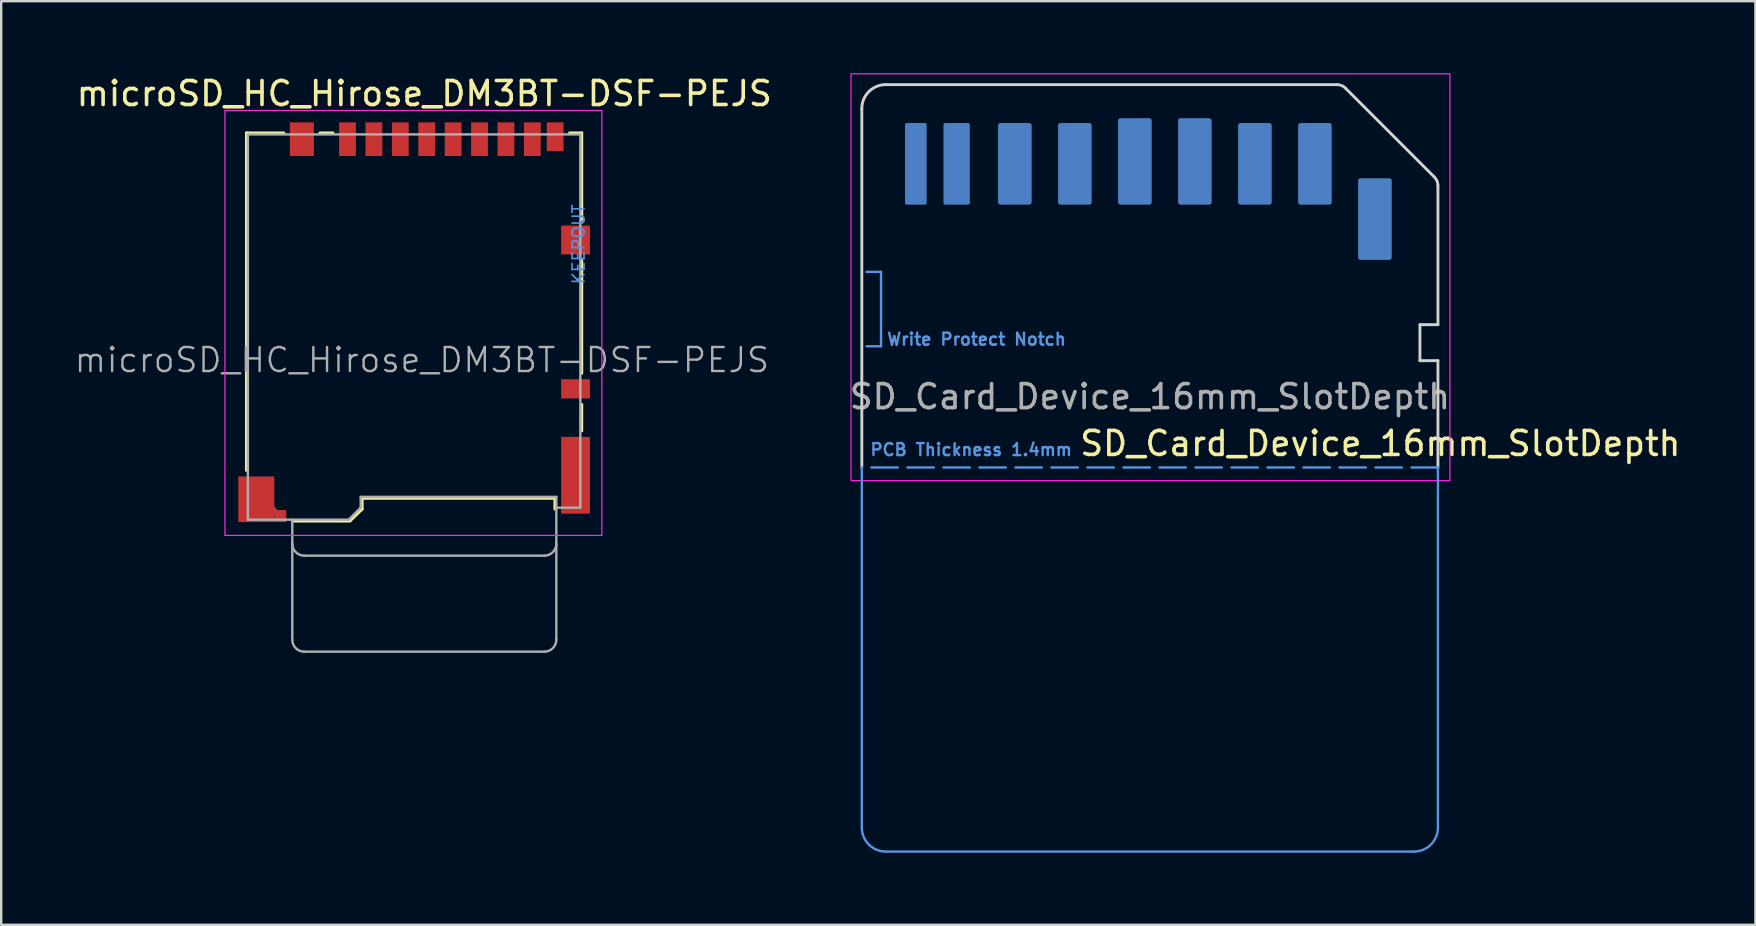
<source format=kicad_pcb>
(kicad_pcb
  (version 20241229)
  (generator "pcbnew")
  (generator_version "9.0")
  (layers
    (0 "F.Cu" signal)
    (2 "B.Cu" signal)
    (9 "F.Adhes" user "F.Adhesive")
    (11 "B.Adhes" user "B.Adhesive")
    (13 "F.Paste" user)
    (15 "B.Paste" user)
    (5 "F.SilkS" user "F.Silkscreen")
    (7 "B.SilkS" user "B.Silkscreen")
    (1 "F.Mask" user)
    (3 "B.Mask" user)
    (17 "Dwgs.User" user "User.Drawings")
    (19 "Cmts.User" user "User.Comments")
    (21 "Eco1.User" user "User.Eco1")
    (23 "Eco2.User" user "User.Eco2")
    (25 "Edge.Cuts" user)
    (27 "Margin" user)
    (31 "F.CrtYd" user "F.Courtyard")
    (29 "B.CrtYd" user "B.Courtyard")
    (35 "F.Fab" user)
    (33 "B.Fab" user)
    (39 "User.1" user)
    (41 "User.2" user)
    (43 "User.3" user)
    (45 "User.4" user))
  (footprint "microSD_HC_Hirose_DM3BT-DSF-PEJS"
    (layer "F.Cu")
    (at 14.201 10.373)
    (property "Reference" "microSD_HC_Hirose_DM3BT-DSF-PEJS" (at 0.425 -9.525 0) (layer "F.SilkS") (effects (font (size 1 1) (thickness 0.15))))
    (attr smd)
    (fp_line (start -6.985 -7.885) (end -6.985 6.175) (stroke (width 0.12) (type solid)) (layer "F.SilkS"))
    (fp_line (start -6.985 -7.885) (end -5.425 -7.885) (stroke (width 0.12) (type solid)) (layer "F.SilkS"))
    (fp_line (start -5.075 8.285) (end -2.675 8.285) (stroke (width 0.12) (type solid)) (layer "F.SilkS"))
    (fp_line (start -3.375 -7.885) (end -3.925 -7.885) (stroke (width 0.12) (type solid)) (layer "F.SilkS"))
    (fp_line (start -2.665 8.275) (end -2.165 7.785) (stroke (width 0.12) (type solid)) (layer "F.SilkS"))
    (fp_line (start -2.165 7.335) (end -2.165 7.785) (stroke (width 0.12) (type solid)) (layer "F.SilkS"))
    (fp_line (start 5.865 7.335) (end -2.165 7.335) (stroke (width 0.12) (type solid)) (layer "F.SilkS"))
    (fp_line (start 5.865 7.335) (end 5.865 7.785) (stroke (width 0.12) (type solid)) (layer "F.SilkS"))
    (fp_line (start 6.475 -7.885) (end 6.985 -7.885) (stroke (width 0.12) (type solid)) (layer "F.SilkS"))
    (fp_line (start 6.985 -7.885) (end 6.985 -4.275) (stroke (width 0.12) (type solid)) (layer "F.SilkS"))
    (fp_line (start 6.985 -2.575) (end 6.985 2.125) (stroke (width 0.12) (type solid)) (layer "F.SilkS"))
    (fp_line (start 6.985 3.425) (end 6.985 4.525) (stroke (width 0.12) (type solid)) (layer "F.SilkS"))
    (fp_line (start -7.88 -8.82) (end 7.82 -8.82) (stroke (width 0.05) (type solid)) (layer "F.CrtYd"))
    (fp_line (start -7.88 8.88) (end -7.88 -8.82) (stroke (width 0.05) (type solid)) (layer "F.CrtYd"))
    (fp_line (start 7.82 -8.82) (end 7.82 8.88) (stroke (width 0.05) (type solid)) (layer "F.CrtYd"))
    (fp_line (start 7.82 8.88) (end -7.88 8.88) (stroke (width 0.05) (type solid)) (layer "F.CrtYd"))
    (fp_line (start -6.925 -7.825) (end 6.925 -7.825) (stroke (width 0.1) (type solid)) (layer "F.Fab"))
    (fp_line (start -6.925 8.225) (end -6.925 -7.825) (stroke (width 0.1) (type solid)) (layer "F.Fab"))
    (fp_line (start -6.925 8.225) (end -2.725 8.225) (stroke (width 0.1) (type solid)) (layer "F.Fab"))
    (fp_line (start -5.075 8.225) (end -5.075 13.225) (stroke (width 0.1) (type solid)) (layer "F.Fab"))
    (fp_line (start -4.575 9.725) (end 5.425 9.725) (stroke (width 0.1) (type solid)) (layer "F.Fab"))
    (fp_line (start -4.575 13.725) (end 5.425 13.725) (stroke (width 0.1) (type solid)) (layer "F.Fab"))
    (fp_line (start -2.225 7.275) (end -2.225 7.725) (stroke (width 0.1) (type solid)) (layer "F.Fab"))
    (fp_line (start -2.225 7.275) (end 5.925 7.275) (stroke (width 0.1) (type solid)) (layer "F.Fab"))
    (fp_line (start -2.225 7.725) (end -2.725 8.225) (stroke (width 0.1) (type solid)) (layer "F.Fab"))
    (fp_line (start 5.925 13.225) (end 5.925 7.275) (stroke (width 0.1) (type solid)) (layer "F.Fab"))
    (fp_line (start 6.925 7.725) (end 5.925 7.725) (stroke (width 0.1) (type solid)) (layer "F.Fab"))
    (fp_line (start 6.925 7.725) (end 6.925 -7.825) (stroke (width 0.1) (type solid)) (layer "F.Fab"))
    (fp_arc (start -4.575 9.725) (mid -4.928553 9.578553) (end -5.075 9.225) (stroke (width 0.1) (type solid)) (layer "F.Fab"))
    (fp_arc (start -4.575 13.725) (mid -4.928553 13.578553) (end -5.075 13.225) (stroke (width 0.1) (type solid)) (layer "F.Fab"))
    (fp_arc (start 5.925 9.225) (mid 5.778553 9.578553) (end 5.425 9.725) (stroke (width 0.1) (type solid)) (layer "F.Fab"))
    (fp_arc (start 5.925 13.225) (mid 5.778553 13.578553) (end 5.425 13.725) (stroke (width 0.1) (type solid)) (layer "F.Fab"))
    (fp_text user "KEEPOUT" (at 6.85 -3.25 90) (layer "Cmts.User") (effects (font (size 0.5 0.5) (thickness 0.07))))
    (fp_text user "${REFERENCE}" (at 0.325 1.575 0) (layer "F.Fab") (effects (font (size 1 1) (thickness 0.1))))
    (pad "1" smd rect (at -2.775 -7.625) (size 0.7 1.4) (layers "F.Cu" "F.Mask" "F.Paste"))
    (pad "2" smd rect (at -1.675 -7.625) (size 0.7 1.4) (layers "F.Cu" "F.Mask" "F.Paste"))
    (pad "3" smd rect (at -0.575 -7.625) (size 0.7 1.4) (layers "F.Cu" "F.Mask" "F.Paste"))
    (pad "4" smd rect (at 0.525 -7.625) (size 0.7 1.4) (layers "F.Cu" "F.Mask" "F.Paste"))
    (pad "5" smd rect (at 1.625 -7.625) (size 0.7 1.4) (layers "F.Cu" "F.Mask" "F.Paste"))
    (pad "6" smd rect (at 2.725 -7.625) (size 0.7 1.4) (layers "F.Cu" "F.Mask" "F.Paste"))
    (pad "7" smd rect (at 3.825 -7.625) (size 0.7 1.4) (layers "F.Cu" "F.Mask" "F.Paste"))
    (pad "8" smd rect (at 4.925 -7.625) (size 0.7 1.4) (layers "F.Cu" "F.Mask" "F.Paste"))
    (pad "9" smd rect (at 5.875 -7.725) (size 0.7 1.2) (layers "F.Cu" "F.Mask" "F.Paste"))
    (pad "10" smd rect (at 6.725 2.775) (size 1.2 0.8) (layers "F.Cu" "F.Mask" "F.Paste"))
    (pad "11" smd rect (at -6.575 7.375) (size 1.5 1.9) (layers "F.Cu" "F.Mask" "F.Paste"))
    (pad "11" smd rect (at -5.825 7.825 45) (size 0.2 0.2) (layers "F.Cu" "F.Mask" "F.Paste"))
    (pad "11" smd rect (at -5.575 8.075) (size 0.5 0.5) (layers "F.Cu" "F.Mask" "F.Paste"))
    (pad "11" smd rect (at -4.675 -7.625) (size 1 1.4) (layers "F.Cu" "F.Mask" "F.Paste"))
    (pad "11" smd rect (at 6.725 -3.425) (size 1.2 1.2) (layers "F.Cu" "F.Mask" "F.Paste"))
    (pad "11" smd rect (at 6.725 6.375) (size 1.2 3.2) (layers "F.Cu" "F.Mask" "F.Paste"))
    (zone (net_name "") (layer "F.Cu") (hatch full 0.508) (connect_pads) (min_thickness 0.254) (filled_areas_thickness no) (keepout (tracks not_allowed) (vias not_allowed) (pads not_allowed) (copperpour not_allowed) (footprints not_allowed)) (placement (enabled no)) (fill) (polygon (pts (xy 20.676 6.348) (xy 21.426 6.348) (xy 21.426 3.098) (xy 20.676 3.098))))
    (zone (net_name "") (layer "F.Cu") (hatch full 0.508) (connect_pads) (min_thickness 0.254) (filled_areas_thickness no) (keepout (tracks not_allowed) (vias not_allowed) (pads not_allowed) (copperpour not_allowed) (footprints not_allowed)) (placement (enabled no)) (fill) (polygon (pts (xy 20.676 11.148) (xy 21.426 11.148) (xy 21.426 7.548) (xy 20.676 7.548)))))
  (footprint "SD_Card_Device_16mm_SlotDepth"
    (layer "F.Cu")
    (at 44.852 16.475)
    (property "Reference" "SD_Card_Device_16mm_SlotDepth" (at 9.6 -1.05 0) (unlocked yes) (layer "F.SilkS") (effects (font (size 1 1) (thickness 0.15))))
    (attr exclude_from_pos_files exclude_from_bom)
    (fp_poly (pts (xy -11.9 -15.95) (xy 7.95 -15.95) (xy 11.95 -11.95) (xy 11.95 -8.65) (xy 7.65 -8.65) (xy 7.65 -10.95) (xy -11.9 -10.95)) (stroke (width 0.1) (type solid)) (fill yes) (layer "B.Mask"))
    (fp_line (start -12 14.95) (end -12 -0.05) (stroke (width 0.1) (type default)) (layer "Cmts.User"))
    (fp_line (start -11.8 -8.2) (end -11.2 -8.2) (stroke (width 0.1) (type default)) (layer "Cmts.User"))
    (fp_line (start -11.2 -8.2) (end -11.2 -5.1) (stroke (width 0.1) (type default)) (layer "Cmts.User"))
    (fp_line (start -11.2 -5.1) (end -11.8 -5.1) (stroke (width 0.1) (type default)) (layer "Cmts.User"))
    (fp_line (start 11 15.95) (end -11 15.95) (stroke (width 0.1) (type default)) (layer "Cmts.User"))
    (fp_line (start 12 -0.05) (end -12 -0.05) (stroke (width 0.1) (type dash)) (layer "Cmts.User"))
    (fp_line (start 12 -0.05) (end 12 14.95) (stroke (width 0.1) (type default)) (layer "Cmts.User"))
    (fp_arc (start -11 15.95) (mid -11.707107 15.657107) (end -12 14.95) (stroke (width 0.1) (type default)) (layer "Cmts.User"))
    (fp_arc (start 12 14.95) (mid 11.707107 15.657107) (end 11 15.95) (stroke (width 0.1) (type default)) (layer "Cmts.User"))
    (fp_line (start -12 -0.05) (end -12 -15) (stroke (width 0.12) (type default)) (layer "Edge.Cuts"))
    (fp_line (start -11 -16) (end 7.793 -16) (stroke (width 0.12) (type default)) (layer "Edge.Cuts"))
    (fp_line (start 8.146 -15.854) (end 11.854 -12.146) (stroke (width 0.12) (type default)) (layer "Edge.Cuts"))
    (fp_line (start 11.25 -6) (end 11.25 -4.5) (stroke (width 0.12) (type default)) (layer "Edge.Cuts"))
    (fp_line (start 11.25 -4.5) (end 12 -4.5) (stroke (width 0.12) (type default)) (layer "Edge.Cuts"))
    (fp_line (start 12 -11.793) (end 12 -6) (stroke (width 0.12) (type default)) (layer "Edge.Cuts"))
    (fp_line (start 12 -6) (end 11.25 -6) (stroke (width 0.12) (type default)) (layer "Edge.Cuts"))
    (fp_line (start 12 -4.5) (end 12 -0.05) (stroke (width 0.12) (type default)) (layer "Edge.Cuts"))
    (fp_arc (start -12 -15) (mid -11.707107 -15.707107) (end -11 -16) (stroke (width 0.12) (type default)) (layer "Edge.Cuts"))
    (fp_arc (start 7.792893 -16) (mid 7.984235 -15.96194) (end 8.146447 -15.853553) (stroke (width 0.12) (type default)) (layer "Edge.Cuts"))
    (fp_arc (start 11.853554 -12.146446) (mid 11.96194 -11.984234) (end 12 -11.792893) (stroke (width 0.12) (type default)) (layer "Edge.Cuts"))
    (fp_rect (start -12.45 -16.45) (end 12.5 0.5) (stroke (width 0.05) (type default)) (fill no) (layer "F.CrtYd"))
    (fp_text user "Write Protect Notch" (at -11 -5.1 0) (unlocked yes) (layer "Cmts.User") (effects (font (size 0.5 0.5) (thickness 0.1) (bold yes)) (justify left bottom)))
    (fp_text user "PCB Thickness 1.4mm" (at -11.7 -0.5 0) (unlocked yes) (layer "Cmts.User") (effects (font (size 0.5 0.5) (thickness 0.1) (bold yes)) (justify left bottom)))
    (fp_text user "${REFERENCE}" (at 0 -3 0) (unlocked yes) (layer "F.Fab") (effects (font (size 1 1) (thickness 0.15))))
    (pad "1" connect roundrect (at 6.875 -12.7) (size 1.4 3.4) (layers "B.Cu" "B.Mask") (roundrect_rratio 0.071))
    (pad "2" connect roundrect (at 4.375 -12.7) (size 1.4 3.4) (layers "B.Cu" "B.Mask") (roundrect_rratio 0.071))
    (pad "3" connect roundrect (at 1.875 -12.8) (size 1.4 3.6) (layers "B.Cu" "B.Mask") (roundrect_rratio 0.071))
    (pad "4" connect roundrect (at -0.625 -12.8) (size 1.4 3.6) (layers "B.Cu" "B.Mask") (roundrect_rratio 0.071))
    (pad "5" connect roundrect (at -3.125 -12.7) (size 1.4 3.4) (layers "B.Cu" "B.Mask") (roundrect_rratio 0.071))
    (pad "6" connect roundrect (at -5.625 -12.7) (size 1.4 3.4) (layers "B.Cu" "B.Mask") (roundrect_rratio 0.071))
    (pad "7" connect roundrect (at -8.05 -12.7) (size 1.1 3.4) (layers "B.Cu" "B.Mask") (roundrect_rratio 0.071))
    (pad "8" connect roundrect (at -9.75 -12.7) (size 0.9 3.4) (layers "B.Cu" "B.Mask") (roundrect_rratio 0.071))
    (pad "9" connect roundrect (at 9.375 -10.4) (size 1.4 3.4) (layers "B.Cu" "B.Mask") (roundrect_rratio 0.071))
    (zone (net_name "") (layers "F.Cu" "B.Cu") (hatch edge 0.5) (connect_pads) (min_thickness 0.25) (filled_areas_thickness no) (keepout (tracks allowed) (vias allowed) (pads allowed) (copperpour allowed) (footprints not_allowed)) (placement (enabled no)) (fill) (polygon (pts (xy 32.902 5.625) (xy 52.402 5.625) (xy 52.402 7.925) (xy 56.802 7.925) (xy 56.802 10.425) (xy 56.052 10.425) (xy 56.052 12.025) (xy 56.802 12.025) (xy 56.802 16.375) (xy 32.902 16.375)))))
  (gr_rect
    (start -3 -3)
    (end 70.077 35.475)
    (stroke (width 0.1) (type default))
    (fill no)
    (layer "Edge.Cuts")))
</source>
